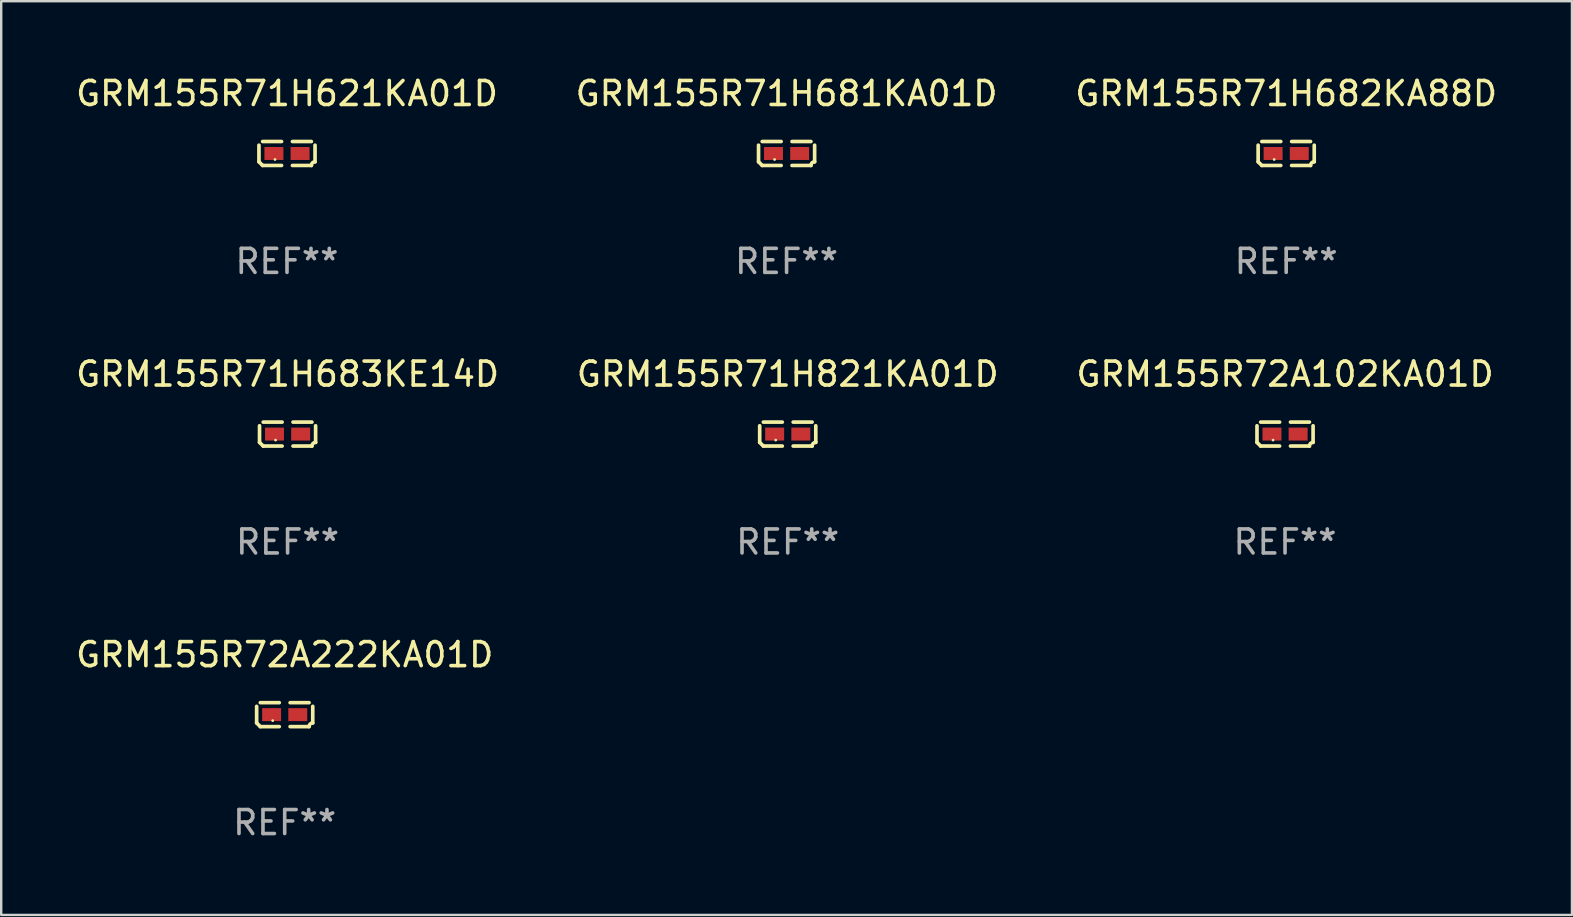
<source format=kicad_pcb>
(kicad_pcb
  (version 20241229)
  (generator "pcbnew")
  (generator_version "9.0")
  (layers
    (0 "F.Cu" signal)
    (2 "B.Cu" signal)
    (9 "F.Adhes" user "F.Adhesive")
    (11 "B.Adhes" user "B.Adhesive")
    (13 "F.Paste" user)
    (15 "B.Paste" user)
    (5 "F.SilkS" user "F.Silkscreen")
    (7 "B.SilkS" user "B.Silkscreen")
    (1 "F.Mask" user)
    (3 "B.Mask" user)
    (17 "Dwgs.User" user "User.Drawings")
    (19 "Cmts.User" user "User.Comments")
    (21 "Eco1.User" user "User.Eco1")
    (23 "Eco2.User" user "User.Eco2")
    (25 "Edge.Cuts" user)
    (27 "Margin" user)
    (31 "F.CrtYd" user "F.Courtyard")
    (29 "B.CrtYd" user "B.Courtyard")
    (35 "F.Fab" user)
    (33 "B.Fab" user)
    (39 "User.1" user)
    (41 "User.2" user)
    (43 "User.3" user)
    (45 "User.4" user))
  (footprint "GRM155R71H681KA01D"
    (layer "F.Cu")
    (at 29.732 3.347)
    (property "Reference" "GRM155R71H681KA01D" (at 0 -2.499 0) (layer "F.SilkS") (effects (font (size 1 1) (thickness 0.15))))
    (attr through_hole)
    (fp_line (start -1.169 0.346) (end -1.169 -0.346) (stroke (width 0.152) (type solid)) (layer "F.SilkS"))
    (fp_line (start -1.016 -0.499) (end -0.226 -0.499) (stroke (width 0.152) (type solid)) (layer "F.SilkS"))
    (fp_line (start -0.226 0.499) (end -1.016 0.499) (stroke (width 0.152) (type solid)) (layer "F.SilkS"))
    (fp_line (start 0.226 0.499) (end 1.016 0.499) (stroke (width 0.152) (type solid)) (layer "F.SilkS"))
    (fp_line (start 1.016 -0.499) (end 0.226 -0.499) (stroke (width 0.152) (type solid)) (layer "F.SilkS"))
    (fp_line (start 1.169 0.346) (end 1.169 -0.346) (stroke (width 0.152) (type solid)) (layer "F.SilkS"))
    (fp_arc (start -1.016307 0.498603) (mid -1.092512 0.422405) (end -1.16871 0.3462) (stroke (width 0.1524) (type solid)) (layer "F.SilkS"))
    (fp_arc (start 1.016307 0.498603) (mid 1.060899 0.390758) (end 1.168707 0.346076) (stroke (width 0.1524) (type solid)) (layer "F.SilkS"))
    (fp_circle (center -0.5 0.25) (end -0.47 0.25) (stroke (width 0.06) (type solid)) (fill no) (layer "F.SilkS"))
    (fp_text user "REF**" (at 0 4.499 0) (layer "F.Fab") (effects (font (size 1 1) (thickness 0.15))))
    (pad "1" smd rect (at -0.545 0) (size 0.79 0.54) (layers "F.Cu" "F.Mask" "F.Paste"))
    (pad "2" smd rect (at 0.545 0) (size 0.79 0.54) (layers "F.Cu" "F.Mask" "F.Paste")))
  (footprint "GRM155R71H683KE14D"
    (layer "F.Cu")
    (at 8.935 15.041)
    (property "Reference" "GRM155R71H683KE14D" (at 0 -2.499 0) (layer "F.SilkS") (effects (font (size 1 1) (thickness 0.15))))
    (attr through_hole)
    (fp_line (start -1.169 0.346) (end -1.169 -0.346) (stroke (width 0.152) (type solid)) (layer "F.SilkS"))
    (fp_line (start -1.016 -0.499) (end -0.226 -0.499) (stroke (width 0.152) (type solid)) (layer "F.SilkS"))
    (fp_line (start -0.226 0.499) (end -1.016 0.499) (stroke (width 0.152) (type solid)) (layer "F.SilkS"))
    (fp_line (start 0.226 0.499) (end 1.016 0.499) (stroke (width 0.152) (type solid)) (layer "F.SilkS"))
    (fp_line (start 1.016 -0.499) (end 0.226 -0.499) (stroke (width 0.152) (type solid)) (layer "F.SilkS"))
    (fp_line (start 1.169 0.346) (end 1.169 -0.346) (stroke (width 0.152) (type solid)) (layer "F.SilkS"))
    (fp_arc (start -1.016307 0.498603) (mid -1.092512 0.422405) (end -1.16871 0.3462) (stroke (width 0.1524) (type solid)) (layer "F.SilkS"))
    (fp_arc (start 1.016307 0.498603) (mid 1.060899 0.390758) (end 1.168707 0.346076) (stroke (width 0.1524) (type solid)) (layer "F.SilkS"))
    (fp_circle (center -0.5 0.25) (end -0.47 0.25) (stroke (width 0.06) (type solid)) (fill no) (layer "F.SilkS"))
    (fp_text user "REF**" (at 0 4.499 0) (layer "F.Fab") (effects (font (size 1 1) (thickness 0.15))))
    (pad "1" smd rect (at -0.545 0) (size 0.79 0.54) (layers "F.Cu" "F.Mask" "F.Paste"))
    (pad "2" smd rect (at 0.545 0) (size 0.79 0.54) (layers "F.Cu" "F.Mask" "F.Paste")))
  (footprint "GRM155R72A222KA01D"
    (layer "F.Cu")
    (at 8.815 26.734)
    (property "Reference" "GRM155R72A222KA01D" (at 0 -2.499 0) (layer "F.SilkS") (effects (font (size 1 1) (thickness 0.15))))
    (attr through_hole)
    (fp_line (start -1.169 0.346) (end -1.169 -0.346) (stroke (width 0.152) (type solid)) (layer "F.SilkS"))
    (fp_line (start -1.016 -0.499) (end -0.226 -0.499) (stroke (width 0.152) (type solid)) (layer "F.SilkS"))
    (fp_line (start -0.226 0.499) (end -1.016 0.499) (stroke (width 0.152) (type solid)) (layer "F.SilkS"))
    (fp_line (start 0.226 0.499) (end 1.016 0.499) (stroke (width 0.152) (type solid)) (layer "F.SilkS"))
    (fp_line (start 1.016 -0.499) (end 0.226 -0.499) (stroke (width 0.152) (type solid)) (layer "F.SilkS"))
    (fp_line (start 1.169 0.346) (end 1.169 -0.346) (stroke (width 0.152) (type solid)) (layer "F.SilkS"))
    (fp_arc (start -1.016307 0.498603) (mid -1.092512 0.422405) (end -1.16871 0.3462) (stroke (width 0.1524) (type solid)) (layer "F.SilkS"))
    (fp_arc (start 1.016307 0.498603) (mid 1.060899 0.390758) (end 1.168707 0.346076) (stroke (width 0.1524) (type solid)) (layer "F.SilkS"))
    (fp_circle (center -0.5 0.25) (end -0.47 0.25) (stroke (width 0.06) (type solid)) (fill no) (layer "F.SilkS"))
    (fp_text user "REF**" (at 0 4.499 0) (layer "F.Fab") (effects (font (size 1 1) (thickness 0.15))))
    (pad "1" smd rect (at -0.545 0) (size 0.79 0.54) (layers "F.Cu" "F.Mask" "F.Paste"))
    (pad "2" smd rect (at 0.545 0) (size 0.79 0.54) (layers "F.Cu" "F.Mask" "F.Paste")))
  (footprint "GRM155R71H682KA88D"
    (layer "F.Cu")
    (at 50.554 3.347)
    (property "Reference" "GRM155R71H682KA88D" (at 0 -2.499 0) (layer "F.SilkS") (effects (font (size 1 1) (thickness 0.15))))
    (attr through_hole)
    (fp_line (start -1.169 0.346) (end -1.169 -0.346) (stroke (width 0.152) (type solid)) (layer "F.SilkS"))
    (fp_line (start -1.016 -0.499) (end -0.226 -0.499) (stroke (width 0.152) (type solid)) (layer "F.SilkS"))
    (fp_line (start -0.226 0.499) (end -1.016 0.499) (stroke (width 0.152) (type solid)) (layer "F.SilkS"))
    (fp_line (start 0.226 0.499) (end 1.016 0.499) (stroke (width 0.152) (type solid)) (layer "F.SilkS"))
    (fp_line (start 1.016 -0.499) (end 0.226 -0.499) (stroke (width 0.152) (type solid)) (layer "F.SilkS"))
    (fp_line (start 1.169 0.346) (end 1.169 -0.346) (stroke (width 0.152) (type solid)) (layer "F.SilkS"))
    (fp_arc (start -1.016307 0.498603) (mid -1.092512 0.422405) (end -1.16871 0.3462) (stroke (width 0.1524) (type solid)) (layer "F.SilkS"))
    (fp_arc (start 1.016307 0.498603) (mid 1.060899 0.390758) (end 1.168707 0.346076) (stroke (width 0.1524) (type solid)) (layer "F.SilkS"))
    (fp_circle (center -0.5 0.25) (end -0.47 0.25) (stroke (width 0.06) (type solid)) (fill no) (layer "F.SilkS"))
    (fp_text user "REF**" (at 0 4.499 0) (layer "F.Fab") (effects (font (size 1 1) (thickness 0.15))))
    (pad "1" smd rect (at -0.545 0) (size 0.79 0.54) (layers "F.Cu" "F.Mask" "F.Paste"))
    (pad "2" smd rect (at 0.545 0) (size 0.79 0.54) (layers "F.Cu" "F.Mask" "F.Paste")))
  (footprint "GRM155R71H821KA01D"
    (layer "F.Cu")
    (at 29.78 15.041)
    (property "Reference" "GRM155R71H821KA01D" (at 0 -2.499 0) (layer "F.SilkS") (effects (font (size 1 1) (thickness 0.15))))
    (attr through_hole)
    (fp_line (start -1.169 0.346) (end -1.169 -0.346) (stroke (width 0.152) (type solid)) (layer "F.SilkS"))
    (fp_line (start -1.016 -0.499) (end -0.226 -0.499) (stroke (width 0.152) (type solid)) (layer "F.SilkS"))
    (fp_line (start -0.226 0.499) (end -1.016 0.499) (stroke (width 0.152) (type solid)) (layer "F.SilkS"))
    (fp_line (start 0.226 0.499) (end 1.016 0.499) (stroke (width 0.152) (type solid)) (layer "F.SilkS"))
    (fp_line (start 1.016 -0.499) (end 0.226 -0.499) (stroke (width 0.152) (type solid)) (layer "F.SilkS"))
    (fp_line (start 1.169 0.346) (end 1.169 -0.346) (stroke (width 0.152) (type solid)) (layer "F.SilkS"))
    (fp_arc (start -1.016307 0.498603) (mid -1.092512 0.422405) (end -1.16871 0.3462) (stroke (width 0.1524) (type solid)) (layer "F.SilkS"))
    (fp_arc (start 1.016307 0.498603) (mid 1.060899 0.390758) (end 1.168707 0.346076) (stroke (width 0.1524) (type solid)) (layer "F.SilkS"))
    (fp_circle (center -0.5 0.25) (end -0.47 0.25) (stroke (width 0.06) (type solid)) (fill no) (layer "F.SilkS"))
    (fp_text user "REF**" (at 0 4.499 0) (layer "F.Fab") (effects (font (size 1 1) (thickness 0.15))))
    (pad "1" smd rect (at -0.545 0) (size 0.79 0.54) (layers "F.Cu" "F.Mask" "F.Paste"))
    (pad "2" smd rect (at 0.545 0) (size 0.79 0.54) (layers "F.Cu" "F.Mask" "F.Paste")))
  (footprint "GRM155R71H621KA01D"
    (layer "F.Cu")
    (at 8.911 3.347)
    (property "Reference" "GRM155R71H621KA01D" (at 0 -2.499 0) (layer "F.SilkS") (effects (font (size 1 1) (thickness 0.15))))
    (attr through_hole)
    (fp_line (start -1.169 0.346) (end -1.169 -0.346) (stroke (width 0.152) (type solid)) (layer "F.SilkS"))
    (fp_line (start -1.016 -0.499) (end -0.226 -0.499) (stroke (width 0.152) (type solid)) (layer "F.SilkS"))
    (fp_line (start -0.226 0.499) (end -1.016 0.499) (stroke (width 0.152) (type solid)) (layer "F.SilkS"))
    (fp_line (start 0.226 0.499) (end 1.016 0.499) (stroke (width 0.152) (type solid)) (layer "F.SilkS"))
    (fp_line (start 1.016 -0.499) (end 0.226 -0.499) (stroke (width 0.152) (type solid)) (layer "F.SilkS"))
    (fp_line (start 1.169 0.346) (end 1.169 -0.346) (stroke (width 0.152) (type solid)) (layer "F.SilkS"))
    (fp_arc (start -1.016307 0.498603) (mid -1.092512 0.422405) (end -1.16871 0.3462) (stroke (width 0.1524) (type solid)) (layer "F.SilkS"))
    (fp_arc (start 1.016307 0.498603) (mid 1.060899 0.390758) (end 1.168707 0.346076) (stroke (width 0.1524) (type solid)) (layer "F.SilkS"))
    (fp_circle (center -0.5 0.25) (end -0.47 0.25) (stroke (width 0.06) (type solid)) (fill no) (layer "F.SilkS"))
    (fp_text user "REF**" (at 0 4.499 0) (layer "F.Fab") (effects (font (size 1 1) (thickness 0.15))))
    (pad "1" smd rect (at -0.545 0) (size 0.79 0.54) (layers "F.Cu" "F.Mask" "F.Paste"))
    (pad "2" smd rect (at 0.545 0) (size 0.79 0.54) (layers "F.Cu" "F.Mask" "F.Paste")))
  (footprint "GRM155R72A102KA01D"
    (layer "F.Cu")
    (at 50.506 15.041)
    (property "Reference" "GRM155R72A102KA01D" (at 0 -2.499 0) (layer "F.SilkS") (effects (font (size 1 1) (thickness 0.15))))
    (attr through_hole)
    (fp_line (start -1.169 0.346) (end -1.169 -0.346) (stroke (width 0.152) (type solid)) (layer "F.SilkS"))
    (fp_line (start -1.016 -0.499) (end -0.226 -0.499) (stroke (width 0.152) (type solid)) (layer "F.SilkS"))
    (fp_line (start -0.226 0.499) (end -1.016 0.499) (stroke (width 0.152) (type solid)) (layer "F.SilkS"))
    (fp_line (start 0.226 0.499) (end 1.016 0.499) (stroke (width 0.152) (type solid)) (layer "F.SilkS"))
    (fp_line (start 1.016 -0.499) (end 0.226 -0.499) (stroke (width 0.152) (type solid)) (layer "F.SilkS"))
    (fp_line (start 1.169 0.346) (end 1.169 -0.346) (stroke (width 0.152) (type solid)) (layer "F.SilkS"))
    (fp_arc (start -1.016307 0.498603) (mid -1.092512 0.422405) (end -1.16871 0.3462) (stroke (width 0.1524) (type solid)) (layer "F.SilkS"))
    (fp_arc (start 1.016307 0.498603) (mid 1.060899 0.390758) (end 1.168707 0.346076) (stroke (width 0.1524) (type solid)) (layer "F.SilkS"))
    (fp_circle (center -0.5 0.25) (end -0.47 0.25) (stroke (width 0.06) (type solid)) (fill no) (layer "F.SilkS"))
    (fp_text user "REF**" (at 0 4.499 0) (layer "F.Fab") (effects (font (size 1 1) (thickness 0.15))))
    (pad "1" smd rect (at -0.545 0) (size 0.79 0.54) (layers "F.Cu" "F.Mask" "F.Paste"))
    (pad "2" smd rect (at 0.545 0) (size 0.79 0.54) (layers "F.Cu" "F.Mask" "F.Paste")))
  (gr_rect
    (start -3 -3)
    (end 62.464 35.081)
    (stroke (width 0.1) (type default))
    (fill no)
    (layer "Edge.Cuts")))
</source>
